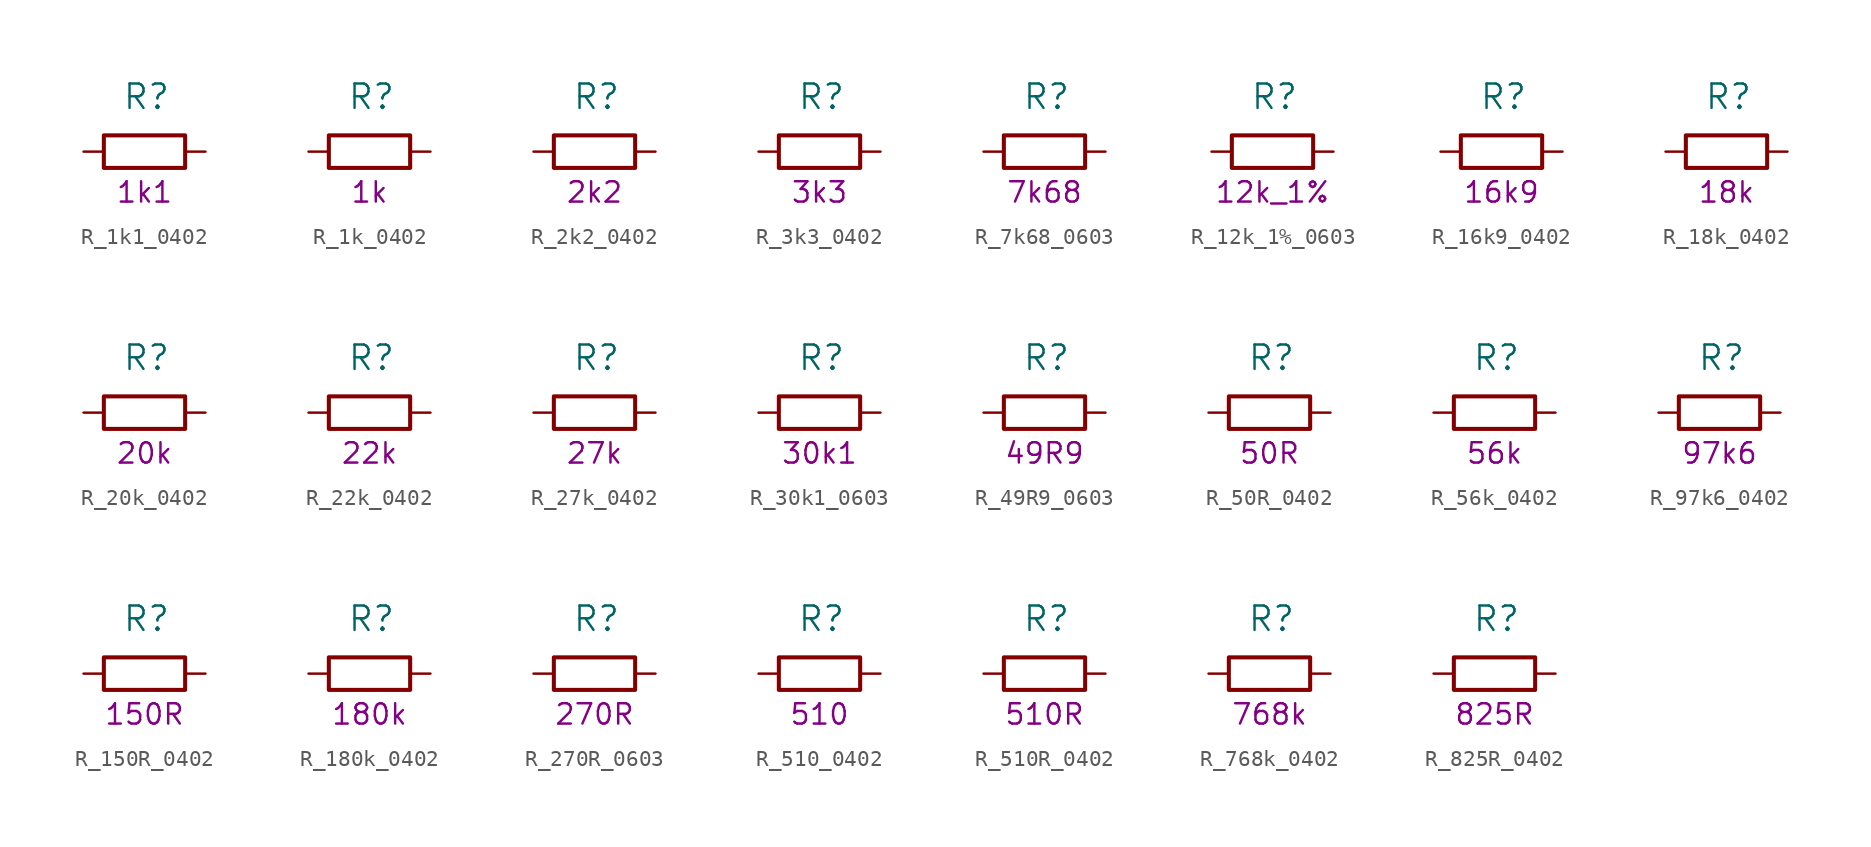
<source format=kicad_sym>
(kicad_symbol_lib
  (version 20211014)
  (generator kicad_symbol_editor)
  (symbol "R_1k1_0402"
    (pin_names
      (offset 0))
    (property "Reference" "R"
      (at -1.397 3.429 0)
      (effects (font (size 1.524 1.524)) (justify left)))
    (property "Val" "1k1"
      (at 0 -2.54 0)
      (effects (font (size 1.27 1.27))))
    (symbol "R_1k1_0402_1_1"
      (rectangle (start 2.54 -1.016) (end -2.54 1.016) (stroke (width 0.254) (type default) (color 0 0 0 0)) (fill (type none)))
      (pin passive line (at -3.81 0 0) (length 1.27) (name "~" (effects (font (size 0 0)))) (number "1" (effects (font (size 0 0)))))
      (pin passive line (at 3.81 0 180) (length 1.27) (name "~" (effects (font (size 0 0)))) (number "2" (effects (font (size 0 0)))))))
  (symbol "R_1k_0402"
    (pin_names
      (offset 0))
    (property "Reference" "R"
      (at -1.397 3.429 0)
      (effects (font (size 1.524 1.524)) (justify left)))
    (property "Val" "1k"
      (at 0 -2.54 0)
      (effects (font (size 1.27 1.27))))
    (symbol "R_1k_0402_1_1"
      (rectangle (start 2.54 -1.016) (end -2.54 1.016) (stroke (width 0.254) (type default) (color 0 0 0 0)) (fill (type none)))
      (pin passive line (at -3.81 0 0) (length 1.27) (name "~" (effects (font (size 0 0)))) (number "1" (effects (font (size 0 0)))))
      (pin passive line (at 3.81 0 180) (length 1.27) (name "~" (effects (font (size 0 0)))) (number "2" (effects (font (size 0 0)))))))
  (symbol "R_2k2_0402"
    (pin_names
      (offset 0))
    (property "Reference" "R"
      (at -1.397 3.429 0)
      (effects (font (size 1.524 1.524)) (justify left)))
    (property "Val" "2k2"
      (at 0 -2.54 0)
      (effects (font (size 1.27 1.27))))
    (symbol "R_2k2_0402_1_1"
      (rectangle (start 2.54 -1.016) (end -2.54 1.016) (stroke (width 0.254) (type default) (color 0 0 0 0)) (fill (type none)))
      (pin passive line (at -3.81 0 0) (length 1.27) (name "~" (effects (font (size 0 0)))) (number "1" (effects (font (size 0 0)))))
      (pin passive line (at 3.81 0 180) (length 1.27) (name "~" (effects (font (size 0 0)))) (number "2" (effects (font (size 0 0)))))))
  (symbol "R_3k3_0402"
    (pin_names
      (offset 0))
    (property "Reference" "R"
      (at -1.397 3.429 0)
      (effects (font (size 1.524 1.524)) (justify left)))
    (property "Val" "3k3"
      (at 0 -2.54 0)
      (effects (font (size 1.27 1.27))))
    (symbol "R_3k3_0402_1_1"
      (rectangle (start 2.54 -1.016) (end -2.54 1.016) (stroke (width 0.254) (type default) (color 0 0 0 0)) (fill (type none)))
      (pin passive line (at -3.81 0 0) (length 1.27) (name "~" (effects (font (size 0 0)))) (number "1" (effects (font (size 0 0)))))
      (pin passive line (at 3.81 0 180) (length 1.27) (name "~" (effects (font (size 0 0)))) (number "2" (effects (font (size 0 0)))))))
  (symbol "R_7k68_0603"
    (pin_names
      (offset 0))
    (property "Reference" "R"
      (at -1.397 3.429 0)
      (effects (font (size 1.524 1.524)) (justify left)))
    (property "Val" "7k68"
      (at 0 -2.54 0)
      (effects (font (size 1.27 1.27))))
    (symbol "R_7k68_0603_1_1"
      (rectangle (start 2.54 -1.016) (end -2.54 1.016) (stroke (width 0.254) (type default) (color 0 0 0 0)) (fill (type none)))
      (pin passive line (at -3.81 0 0) (length 1.27) (name "~" (effects (font (size 0 0)))) (number "1" (effects (font (size 0 0)))))
      (pin passive line (at 3.81 0 180) (length 1.27) (name "~" (effects (font (size 0 0)))) (number "2" (effects (font (size 0 0)))))))
  (symbol "R_12k_1%_0603"
    (pin_names
      (offset 0))
    (property "Reference" "R"
      (at -1.397 3.429 0)
      (effects (font (size 1.524 1.524)) (justify left)))
    (property "Val" "12k_1%"
      (at 0 -2.54 0)
      (effects (font (size 1.27 1.27))))
    (symbol "R_12k_1%_0603_1_1"
      (rectangle (start 2.54 -1.016) (end -2.54 1.016) (stroke (width 0.254) (type default) (color 0 0 0 0)) (fill (type none)))
      (pin passive line (at -3.81 0 0) (length 1.27) (name "~" (effects (font (size 0 0)))) (number "1" (effects (font (size 0 0)))))
      (pin passive line (at 3.81 0 180) (length 1.27) (name "~" (effects (font (size 0 0)))) (number "2" (effects (font (size 0 0)))))))
  (symbol "R_16k9_0402"
    (pin_names
      (offset 0))
    (property "Reference" "R"
      (at -1.397 3.429 0)
      (effects (font (size 1.524 1.524)) (justify left)))
    (property "Val" "16k9"
      (at 0 -2.54 0)
      (effects (font (size 1.27 1.27))))
    (symbol "R_16k9_0402_1_1"
      (rectangle (start 2.54 -1.016) (end -2.54 1.016) (stroke (width 0.254) (type default) (color 0 0 0 0)) (fill (type none)))
      (pin passive line (at -3.81 0 0) (length 1.27) (name "~" (effects (font (size 0 0)))) (number "1" (effects (font (size 0 0)))))
      (pin passive line (at 3.81 0 180) (length 1.27) (name "~" (effects (font (size 0 0)))) (number "2" (effects (font (size 0 0)))))))
  (symbol "R_18k_0402"
    (pin_names
      (offset 0))
    (property "Reference" "R"
      (at -1.397 3.429 0)
      (effects (font (size 1.524 1.524)) (justify left)))
    (property "Val" "18k"
      (at 0 -2.54 0)
      (effects (font (size 1.27 1.27))))
    (symbol "R_18k_0402_1_1"
      (rectangle (start 2.54 -1.016) (end -2.54 1.016) (stroke (width 0.254) (type default) (color 0 0 0 0)) (fill (type none)))
      (pin passive line (at -3.81 0 0) (length 1.27) (name "~" (effects (font (size 0 0)))) (number "1" (effects (font (size 0 0)))))
      (pin passive line (at 3.81 0 180) (length 1.27) (name "~" (effects (font (size 0 0)))) (number "2" (effects (font (size 0 0)))))))
  (symbol "R_20k_0402"
    (pin_names
      (offset 0))
    (property "Reference" "R"
      (at -1.397 3.429 0)
      (effects (font (size 1.524 1.524)) (justify left)))
    (property "Val" "20k"
      (at 0 -2.54 0)
      (effects (font (size 1.27 1.27))))
    (symbol "R_20k_0402_1_1"
      (rectangle (start 2.54 -1.016) (end -2.54 1.016) (stroke (width 0.254) (type default) (color 0 0 0 0)) (fill (type none)))
      (pin passive line (at -3.81 0 0) (length 1.27) (name "~" (effects (font (size 0 0)))) (number "1" (effects (font (size 0 0)))))
      (pin passive line (at 3.81 0 180) (length 1.27) (name "~" (effects (font (size 0 0)))) (number "2" (effects (font (size 0 0)))))))
  (symbol "R_22k_0402"
    (pin_names
      (offset 0))
    (property "Reference" "R"
      (at -1.397 3.429 0)
      (effects (font (size 1.524 1.524)) (justify left)))
    (property "Val" "22k"
      (at 0 -2.54 0)
      (effects (font (size 1.27 1.27))))
    (symbol "R_22k_0402_1_1"
      (rectangle (start 2.54 -1.016) (end -2.54 1.016) (stroke (width 0.254) (type default) (color 0 0 0 0)) (fill (type none)))
      (pin passive line (at -3.81 0 0) (length 1.27) (name "~" (effects (font (size 0 0)))) (number "1" (effects (font (size 0 0)))))
      (pin passive line (at 3.81 0 180) (length 1.27) (name "~" (effects (font (size 0 0)))) (number "2" (effects (font (size 0 0)))))))
  (symbol "R_27k_0402"
    (pin_names
      (offset 0))
    (property "Reference" "R"
      (at -1.397 3.429 0)
      (effects (font (size 1.524 1.524)) (justify left)))
    (property "Val" "27k"
      (at 0 -2.54 0)
      (effects (font (size 1.27 1.27))))
    (symbol "R_27k_0402_1_1"
      (rectangle (start 2.54 -1.016) (end -2.54 1.016) (stroke (width 0.254) (type default) (color 0 0 0 0)) (fill (type none)))
      (pin passive line (at -3.81 0 0) (length 1.27) (name "~" (effects (font (size 0 0)))) (number "1" (effects (font (size 0 0)))))
      (pin passive line (at 3.81 0 180) (length 1.27) (name "~" (effects (font (size 0 0)))) (number "2" (effects (font (size 0 0)))))))
  (symbol "R_30k1_0603"
    (pin_names
      (offset 0))
    (property "Reference" "R"
      (at -1.397 3.429 0)
      (effects (font (size 1.524 1.524)) (justify left)))
    (property "Val" "30k1"
      (at 0 -2.54 0)
      (effects (font (size 1.27 1.27))))
    (symbol "R_30k1_0603_1_1"
      (rectangle (start 2.54 -1.016) (end -2.54 1.016) (stroke (width 0.254) (type default) (color 0 0 0 0)) (fill (type none)))
      (pin passive line (at -3.81 0 0) (length 1.27) (name "~" (effects (font (size 0 0)))) (number "1" (effects (font (size 0 0)))))
      (pin passive line (at 3.81 0 180) (length 1.27) (name "~" (effects (font (size 0 0)))) (number "2" (effects (font (size 0 0)))))))
  (symbol "R_49R9_0603"
    (pin_names
      (offset 0))
    (property "Reference" "R"
      (at -1.397 3.429 0)
      (effects (font (size 1.524 1.524)) (justify left)))
    (property "Val" "49R9"
      (at 0 -2.54 0)
      (effects (font (size 1.27 1.27))))
    (symbol "R_49R9_0603_1_1"
      (rectangle (start 2.54 -1.016) (end -2.54 1.016) (stroke (width 0.254) (type default) (color 0 0 0 0)) (fill (type none)))
      (pin passive line (at -3.81 0 0) (length 1.27) (name "~" (effects (font (size 0 0)))) (number "1" (effects (font (size 0 0)))))
      (pin passive line (at 3.81 0 180) (length 1.27) (name "~" (effects (font (size 0 0)))) (number "2" (effects (font (size 0 0)))))))
  (symbol "R_50R_0402"
    (pin_names
      (offset 0))
    (property "Reference" "R"
      (at -1.397 3.429 0)
      (effects (font (size 1.524 1.524)) (justify left)))
    (property "Val" "50R"
      (at 0 -2.54 0)
      (effects (font (size 1.27 1.27))))
    (symbol "R_50R_0402_1_1"
      (rectangle (start 2.54 -1.016) (end -2.54 1.016) (stroke (width 0.254) (type default) (color 0 0 0 0)) (fill (type none)))
      (pin passive line (at -3.81 0 0) (length 1.27) (name "~" (effects (font (size 0 0)))) (number "1" (effects (font (size 0 0)))))
      (pin passive line (at 3.81 0 180) (length 1.27) (name "~" (effects (font (size 0 0)))) (number "2" (effects (font (size 0 0)))))))
  (symbol "R_56k_0402"
    (pin_names
      (offset 0))
    (property "Reference" "R"
      (at -1.397 3.429 0)
      (effects (font (size 1.524 1.524)) (justify left)))
    (property "Val" "56k"
      (at 0 -2.54 0)
      (effects (font (size 1.27 1.27))))
    (symbol "R_56k_0402_1_1"
      (rectangle (start 2.54 -1.016) (end -2.54 1.016) (stroke (width 0.254) (type default) (color 0 0 0 0)) (fill (type none)))
      (pin passive line (at -3.81 0 0) (length 1.27) (name "~" (effects (font (size 0 0)))) (number "1" (effects (font (size 0 0)))))
      (pin passive line (at 3.81 0 180) (length 1.27) (name "~" (effects (font (size 0 0)))) (number "2" (effects (font (size 0 0)))))))
  (symbol "R_97k6_0402"
    (pin_names
      (offset 0))
    (property "Reference" "R"
      (at -1.397 3.429 0)
      (effects (font (size 1.524 1.524)) (justify left)))
    (property "Val" "97k6"
      (at 0 -2.54 0)
      (effects (font (size 1.27 1.27))))
    (symbol "R_97k6_0402_1_1"
      (rectangle (start 2.54 -1.016) (end -2.54 1.016) (stroke (width 0.254) (type default) (color 0 0 0 0)) (fill (type none)))
      (pin passive line (at -3.81 0 0) (length 1.27) (name "~" (effects (font (size 0 0)))) (number "1" (effects (font (size 0 0)))))
      (pin passive line (at 3.81 0 180) (length 1.27) (name "~" (effects (font (size 0 0)))) (number "2" (effects (font (size 0 0)))))))
  (symbol "R_150R_0402"
    (pin_names
      (offset 0))
    (property "Reference" "R"
      (at -1.397 3.429 0)
      (effects (font (size 1.524 1.524)) (justify left)))
    (property "Val" "150R"
      (at 0 -2.54 0)
      (effects (font (size 1.27 1.27))))
    (symbol "R_150R_0402_1_1"
      (rectangle (start 2.54 -1.016) (end -2.54 1.016) (stroke (width 0.254) (type default) (color 0 0 0 0)) (fill (type none)))
      (pin passive line (at -3.81 0 0) (length 1.27) (name "~" (effects (font (size 0 0)))) (number "1" (effects (font (size 0 0)))))
      (pin passive line (at 3.81 0 180) (length 1.27) (name "~" (effects (font (size 0 0)))) (number "2" (effects (font (size 0 0)))))))
  (symbol "R_180k_0402"
    (pin_names
      (offset 0))
    (property "Reference" "R"
      (at -1.397 3.429 0)
      (effects (font (size 1.524 1.524)) (justify left)))
    (property "Val" "180k"
      (at 0 -2.54 0)
      (effects (font (size 1.27 1.27))))
    (symbol "R_180k_0402_1_1"
      (rectangle (start 2.54 -1.016) (end -2.54 1.016) (stroke (width 0.254) (type default) (color 0 0 0 0)) (fill (type none)))
      (pin passive line (at -3.81 0 0) (length 1.27) (name "~" (effects (font (size 0 0)))) (number "1" (effects (font (size 0 0)))))
      (pin passive line (at 3.81 0 180) (length 1.27) (name "~" (effects (font (size 0 0)))) (number "2" (effects (font (size 0 0)))))))
  (symbol "R_270R_0603"
    (pin_names
      (offset 0))
    (property "Reference" "R"
      (at -1.397 3.429 0)
      (effects (font (size 1.524 1.524)) (justify left)))
    (property "Val" "270R"
      (at 0 -2.54 0)
      (effects (font (size 1.27 1.27))))
    (symbol "R_270R_0603_1_1"
      (rectangle (start 2.54 -1.016) (end -2.54 1.016) (stroke (width 0.254) (type default) (color 0 0 0 0)) (fill (type none)))
      (pin passive line (at -3.81 0 0) (length 1.27) (name "~" (effects (font (size 0 0)))) (number "1" (effects (font (size 0 0)))))
      (pin passive line (at 3.81 0 180) (length 1.27) (name "~" (effects (font (size 0 0)))) (number "2" (effects (font (size 0 0)))))))
  (symbol "R_510_0402"
    (pin_names
      (offset 0))
    (property "Reference" "R"
      (at -1.397 3.429 0)
      (effects (font (size 1.524 1.524)) (justify left)))
    (property "Val" "510"
      (at 0 -2.54 0)
      (effects (font (size 1.27 1.27))))
    (symbol "R_510_0402_1_1"
      (rectangle (start 2.54 -1.016) (end -2.54 1.016) (stroke (width 0.254) (type default) (color 0 0 0 0)) (fill (type none)))
      (pin passive line (at -3.81 0 0) (length 1.27) (name "~" (effects (font (size 0 0)))) (number "1" (effects (font (size 0 0)))))
      (pin passive line (at 3.81 0 180) (length 1.27) (name "~" (effects (font (size 0 0)))) (number "2" (effects (font (size 0 0)))))))
  (symbol "R_510R_0402"
    (pin_names
      (offset 0))
    (property "Reference" "R"
      (at -1.397 3.429 0)
      (effects (font (size 1.524 1.524)) (justify left)))
    (property "Val" "510R"
      (at 0 -2.54 0)
      (effects (font (size 1.27 1.27))))
    (symbol "R_510R_0402_1_1"
      (rectangle (start 2.54 -1.016) (end -2.54 1.016) (stroke (width 0.254) (type default) (color 0 0 0 0)) (fill (type none)))
      (pin passive line (at -3.81 0 0) (length 1.27) (name "~" (effects (font (size 0 0)))) (number "1" (effects (font (size 0 0)))))
      (pin passive line (at 3.81 0 180) (length 1.27) (name "~" (effects (font (size 0 0)))) (number "2" (effects (font (size 0 0)))))))
  (symbol "R_768k_0402"
    (pin_names
      (offset 0))
    (property "Reference" "R"
      (at -1.397 3.429 0)
      (effects (font (size 1.524 1.524)) (justify left)))
    (property "Val" "768k"
      (at 0 -2.54 0)
      (effects (font (size 1.27 1.27))))
    (symbol "R_768k_0402_1_1"
      (rectangle (start 2.54 -1.016) (end -2.54 1.016) (stroke (width 0.254) (type default) (color 0 0 0 0)) (fill (type none)))
      (pin passive line (at -3.81 0 0) (length 1.27) (name "~" (effects (font (size 0 0)))) (number "1" (effects (font (size 0 0)))))
      (pin passive line (at 3.81 0 180) (length 1.27) (name "~" (effects (font (size 0 0)))) (number "2" (effects (font (size 0 0)))))))
  (symbol "R_825R_0402"
    (pin_names
      (offset 0))
    (property "Reference" "R"
      (at -1.397 3.429 0)
      (effects (font (size 1.524 1.524)) (justify left)))
    (property "Val" "825R"
      (at 0 -2.54 0)
      (effects (font (size 1.27 1.27))))
    (symbol "R_825R_0402_1_1"
      (rectangle (start 2.54 -1.016) (end -2.54 1.016) (stroke (width 0.254) (type default) (color 0 0 0 0)) (fill (type none)))
      (pin passive line (at -3.81 0 0) (length 1.27) (name "~" (effects (font (size 0 0)))) (number "1" (effects (font (size 0 0)))))
      (pin passive line (at 3.81 0 180) (length 1.27) (name "~" (effects (font (size 0 0)))) (number "2" (effects (font (size 0 0))))))))
</source>
